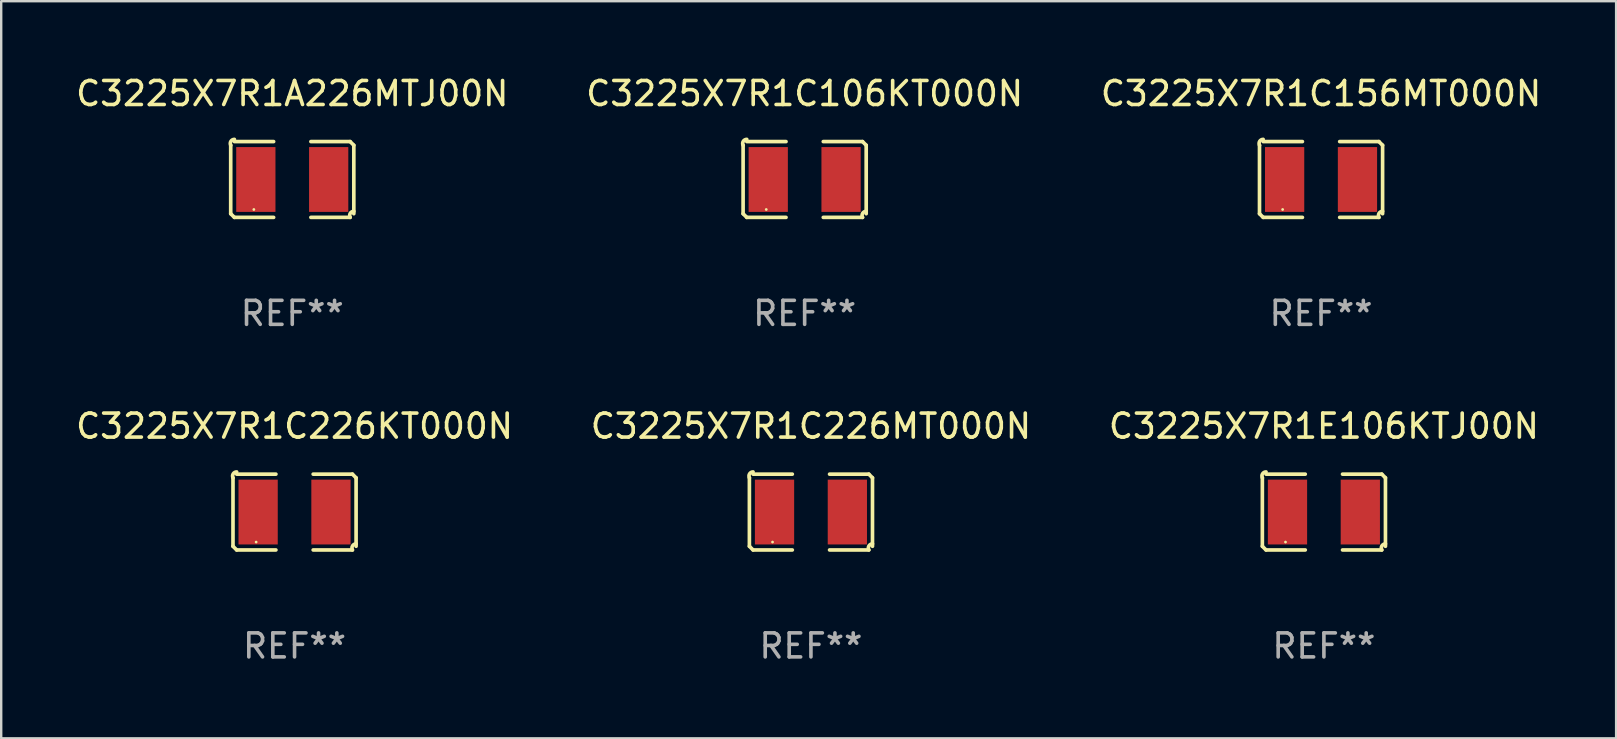
<source format=kicad_pcb>
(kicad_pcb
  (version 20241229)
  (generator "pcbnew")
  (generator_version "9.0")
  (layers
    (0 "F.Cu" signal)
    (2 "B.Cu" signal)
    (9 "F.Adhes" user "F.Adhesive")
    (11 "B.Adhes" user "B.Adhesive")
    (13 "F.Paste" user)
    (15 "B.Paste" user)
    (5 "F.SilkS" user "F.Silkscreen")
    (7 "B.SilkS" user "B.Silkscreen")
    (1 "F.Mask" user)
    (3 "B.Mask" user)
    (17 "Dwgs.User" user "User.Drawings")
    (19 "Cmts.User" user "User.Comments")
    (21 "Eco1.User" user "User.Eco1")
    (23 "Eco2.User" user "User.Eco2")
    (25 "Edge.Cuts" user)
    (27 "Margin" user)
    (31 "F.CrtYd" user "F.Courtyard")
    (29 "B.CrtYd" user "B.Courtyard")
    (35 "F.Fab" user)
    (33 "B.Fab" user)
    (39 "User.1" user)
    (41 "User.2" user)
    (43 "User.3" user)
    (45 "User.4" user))
  (footprint "C3225X7R1A226MTJ00N"
    (layer "F.Cu")
    (at 9.125 4.427)
    (property "Reference" "C3225X7R1A226MTJ00N" (at 0 -3.579 0) (layer "F.SilkS") (effects (font (size 1 1) (thickness 0.15))))
    (attr through_hole)
    (fp_line (start -2.564 1.426) (end -2.564 -1.426) (stroke (width 0.152) (type solid)) (layer "F.SilkS"))
    (fp_line (start -2.411 -1.579) (end -0.776 -1.579) (stroke (width 0.152) (type solid)) (layer "F.SilkS"))
    (fp_line (start -0.776 1.579) (end -2.411 1.579) (stroke (width 0.152) (type solid)) (layer "F.SilkS"))
    (fp_line (start 0.776 1.579) (end 2.411 1.579) (stroke (width 0.152) (type solid)) (layer "F.SilkS"))
    (fp_line (start 2.411 -1.579) (end 0.776 -1.579) (stroke (width 0.152) (type solid)) (layer "F.SilkS"))
    (fp_line (start 2.564 1.426) (end 2.564 -1.426) (stroke (width 0.152) (type solid)) (layer "F.SilkS"))
    (fp_arc (start -2.563602 -1.426213) (mid -2.555597 -1.591233) (end -2.411201 -1.671518) (stroke (width 0.1524) (type solid)) (layer "F.SilkS"))
    (fp_arc (start -2.5636 1.426214) (mid -2.487389 1.502402) (end -2.411201 1.578613) (stroke (width 0.1524) (type solid)) (layer "F.SilkS"))
    (fp_arc (start 2.411197 -1.578618) (mid 2.487403 -1.502419) (end 2.563602 -1.426213) (stroke (width 0.1524) (type solid)) (layer "F.SilkS"))
    (fp_arc (start 2.411201 1.578613) (mid 2.416214 1.409455) (end 2.563602 1.32629) (stroke (width 0.1524) (type solid)) (layer "F.SilkS"))
    (fp_circle (center -1.6 1.25) (end -1.57 1.25) (stroke (width 0.06) (type solid)) (fill no) (layer "F.SilkS"))
    (fp_text user "REF**" (at 0 5.579 0) (layer "F.Fab") (effects (font (size 1 1) (thickness 0.15))))
    (pad "1" smd rect (at -1.517 0) (size 1.635 2.7) (layers "F.Cu" "F.Mask" "F.Paste"))
    (pad "2" smd rect (at 1.517 0) (size 1.635 2.7) (layers "F.Cu" "F.Mask" "F.Paste")))
  (footprint "C3225X7R1E106KTJ00N"
    (layer "F.Cu")
    (at 52.101 18.281)
    (property "Reference" "C3225X7R1E106KTJ00N" (at 0 -3.579 0) (layer "F.SilkS") (effects (font (size 1 1) (thickness 0.15))))
    (attr through_hole)
    (fp_line (start -2.564 1.426) (end -2.564 -1.426) (stroke (width 0.152) (type solid)) (layer "F.SilkS"))
    (fp_line (start -2.411 -1.579) (end -0.776 -1.579) (stroke (width 0.152) (type solid)) (layer "F.SilkS"))
    (fp_line (start -0.776 1.579) (end -2.411 1.579) (stroke (width 0.152) (type solid)) (layer "F.SilkS"))
    (fp_line (start 0.776 1.579) (end 2.411 1.579) (stroke (width 0.152) (type solid)) (layer "F.SilkS"))
    (fp_line (start 2.411 -1.579) (end 0.776 -1.579) (stroke (width 0.152) (type solid)) (layer "F.SilkS"))
    (fp_line (start 2.564 1.426) (end 2.564 -1.426) (stroke (width 0.152) (type solid)) (layer "F.SilkS"))
    (fp_arc (start -2.563602 -1.426213) (mid -2.555597 -1.591233) (end -2.411201 -1.671518) (stroke (width 0.1524) (type solid)) (layer "F.SilkS"))
    (fp_arc (start -2.5636 1.426214) (mid -2.487389 1.502402) (end -2.411201 1.578613) (stroke (width 0.1524) (type solid)) (layer "F.SilkS"))
    (fp_arc (start 2.411197 -1.578618) (mid 2.487403 -1.502419) (end 2.563602 -1.426213) (stroke (width 0.1524) (type solid)) (layer "F.SilkS"))
    (fp_arc (start 2.411201 1.578613) (mid 2.416214 1.409455) (end 2.563602 1.32629) (stroke (width 0.1524) (type solid)) (layer "F.SilkS"))
    (fp_circle (center -1.6 1.25) (end -1.57 1.25) (stroke (width 0.06) (type solid)) (fill no) (layer "F.SilkS"))
    (fp_text user "REF**" (at 0 5.579 0) (layer "F.Fab") (effects (font (size 1 1) (thickness 0.15))))
    (pad "1" smd rect (at -1.517 0) (size 1.635 2.7) (layers "F.Cu" "F.Mask" "F.Paste"))
    (pad "2" smd rect (at 1.517 0) (size 1.635 2.7) (layers "F.Cu" "F.Mask" "F.Paste")))
  (footprint "C3225X7R1C106KT000N"
    (layer "F.Cu")
    (at 30.47 4.427)
    (property "Reference" "C3225X7R1C106KT000N" (at 0 -3.579 0) (layer "F.SilkS") (effects (font (size 1 1) (thickness 0.15))))
    (attr through_hole)
    (fp_line (start -2.564 1.426) (end -2.564 -1.426) (stroke (width 0.152) (type solid)) (layer "F.SilkS"))
    (fp_line (start -2.411 -1.579) (end -0.776 -1.579) (stroke (width 0.152) (type solid)) (layer "F.SilkS"))
    (fp_line (start -0.776 1.579) (end -2.411 1.579) (stroke (width 0.152) (type solid)) (layer "F.SilkS"))
    (fp_line (start 0.776 1.579) (end 2.411 1.579) (stroke (width 0.152) (type solid)) (layer "F.SilkS"))
    (fp_line (start 2.411 -1.579) (end 0.776 -1.579) (stroke (width 0.152) (type solid)) (layer "F.SilkS"))
    (fp_line (start 2.564 1.426) (end 2.564 -1.426) (stroke (width 0.152) (type solid)) (layer "F.SilkS"))
    (fp_arc (start -2.563602 -1.426213) (mid -2.555597 -1.591233) (end -2.411201 -1.671518) (stroke (width 0.1524) (type solid)) (layer "F.SilkS"))
    (fp_arc (start -2.5636 1.426214) (mid -2.487389 1.502402) (end -2.411201 1.578613) (stroke (width 0.1524) (type solid)) (layer "F.SilkS"))
    (fp_arc (start 2.411197 -1.578618) (mid 2.487403 -1.502419) (end 2.563602 -1.426213) (stroke (width 0.1524) (type solid)) (layer "F.SilkS"))
    (fp_arc (start 2.411201 1.578613) (mid 2.416214 1.409455) (end 2.563602 1.32629) (stroke (width 0.1524) (type solid)) (layer "F.SilkS"))
    (fp_circle (center -1.6 1.25) (end -1.57 1.25) (stroke (width 0.06) (type solid)) (fill no) (layer "F.SilkS"))
    (fp_text user "REF**" (at 0 5.579 0) (layer "F.Fab") (effects (font (size 1 1) (thickness 0.15))))
    (pad "1" smd rect (at -1.517 0) (size 1.635 2.7) (layers "F.Cu" "F.Mask" "F.Paste"))
    (pad "2" smd rect (at 1.517 0) (size 1.635 2.7) (layers "F.Cu" "F.Mask" "F.Paste")))
  (footprint "C3225X7R1C226KT000N"
    (layer "F.Cu")
    (at 9.22 18.281)
    (property "Reference" "C3225X7R1C226KT000N" (at 0 -3.579 0) (layer "F.SilkS") (effects (font (size 1 1) (thickness 0.15))))
    (attr through_hole)
    (fp_line (start -2.564 1.426) (end -2.564 -1.426) (stroke (width 0.152) (type solid)) (layer "F.SilkS"))
    (fp_line (start -2.411 -1.579) (end -0.776 -1.579) (stroke (width 0.152) (type solid)) (layer "F.SilkS"))
    (fp_line (start -0.776 1.579) (end -2.411 1.579) (stroke (width 0.152) (type solid)) (layer "F.SilkS"))
    (fp_line (start 0.776 1.579) (end 2.411 1.579) (stroke (width 0.152) (type solid)) (layer "F.SilkS"))
    (fp_line (start 2.411 -1.579) (end 0.776 -1.579) (stroke (width 0.152) (type solid)) (layer "F.SilkS"))
    (fp_line (start 2.564 1.426) (end 2.564 -1.426) (stroke (width 0.152) (type solid)) (layer "F.SilkS"))
    (fp_arc (start -2.563602 -1.426213) (mid -2.555597 -1.591233) (end -2.411201 -1.671518) (stroke (width 0.1524) (type solid)) (layer "F.SilkS"))
    (fp_arc (start -2.5636 1.426214) (mid -2.487389 1.502402) (end -2.411201 1.578613) (stroke (width 0.1524) (type solid)) (layer "F.SilkS"))
    (fp_arc (start 2.411197 -1.578618) (mid 2.487403 -1.502419) (end 2.563602 -1.426213) (stroke (width 0.1524) (type solid)) (layer "F.SilkS"))
    (fp_arc (start 2.411201 1.578613) (mid 2.416214 1.409455) (end 2.563602 1.32629) (stroke (width 0.1524) (type solid)) (layer "F.SilkS"))
    (fp_circle (center -1.6 1.25) (end -1.57 1.25) (stroke (width 0.06) (type solid)) (fill no) (layer "F.SilkS"))
    (fp_text user "REF**" (at 0 5.579 0) (layer "F.Fab") (effects (font (size 1 1) (thickness 0.15))))
    (pad "1" smd rect (at -1.517 0) (size 1.635 2.7) (layers "F.Cu" "F.Mask" "F.Paste"))
    (pad "2" smd rect (at 1.517 0) (size 1.635 2.7) (layers "F.Cu" "F.Mask" "F.Paste")))
  (footprint "C3225X7R1C226MT000N"
    (layer "F.Cu")
    (at 30.732 18.281)
    (property "Reference" "C3225X7R1C226MT000N" (at 0 -3.579 0) (layer "F.SilkS") (effects (font (size 1 1) (thickness 0.15))))
    (attr through_hole)
    (fp_line (start -2.564 1.426) (end -2.564 -1.426) (stroke (width 0.152) (type solid)) (layer "F.SilkS"))
    (fp_line (start -2.411 -1.579) (end -0.776 -1.579) (stroke (width 0.152) (type solid)) (layer "F.SilkS"))
    (fp_line (start -0.776 1.579) (end -2.411 1.579) (stroke (width 0.152) (type solid)) (layer "F.SilkS"))
    (fp_line (start 0.776 1.579) (end 2.411 1.579) (stroke (width 0.152) (type solid)) (layer "F.SilkS"))
    (fp_line (start 2.411 -1.579) (end 0.776 -1.579) (stroke (width 0.152) (type solid)) (layer "F.SilkS"))
    (fp_line (start 2.564 1.426) (end 2.564 -1.426) (stroke (width 0.152) (type solid)) (layer "F.SilkS"))
    (fp_arc (start -2.563602 -1.426213) (mid -2.555597 -1.591233) (end -2.411201 -1.671518) (stroke (width 0.1524) (type solid)) (layer "F.SilkS"))
    (fp_arc (start -2.5636 1.426214) (mid -2.487389 1.502402) (end -2.411201 1.578613) (stroke (width 0.1524) (type solid)) (layer "F.SilkS"))
    (fp_arc (start 2.411197 -1.578618) (mid 2.487403 -1.502419) (end 2.563602 -1.426213) (stroke (width 0.1524) (type solid)) (layer "F.SilkS"))
    (fp_arc (start 2.411201 1.578613) (mid 2.416214 1.409455) (end 2.563602 1.32629) (stroke (width 0.1524) (type solid)) (layer "F.SilkS"))
    (fp_circle (center -1.6 1.25) (end -1.57 1.25) (stroke (width 0.06) (type solid)) (fill no) (layer "F.SilkS"))
    (fp_text user "REF**" (at 0 5.579 0) (layer "F.Fab") (effects (font (size 1 1) (thickness 0.15))))
    (pad "1" smd rect (at -1.517 0) (size 1.635 2.7) (layers "F.Cu" "F.Mask" "F.Paste"))
    (pad "2" smd rect (at 1.517 0) (size 1.635 2.7) (layers "F.Cu" "F.Mask" "F.Paste")))
  (footprint "C3225X7R1C156MT000N"
    (layer "F.Cu")
    (at 51.982 4.427)
    (property "Reference" "C3225X7R1C156MT000N" (at 0 -3.579 0) (layer "F.SilkS") (effects (font (size 1 1) (thickness 0.15))))
    (attr through_hole)
    (fp_line (start -2.564 1.426) (end -2.564 -1.426) (stroke (width 0.152) (type solid)) (layer "F.SilkS"))
    (fp_line (start -2.411 -1.579) (end -0.776 -1.579) (stroke (width 0.152) (type solid)) (layer "F.SilkS"))
    (fp_line (start -0.776 1.579) (end -2.411 1.579) (stroke (width 0.152) (type solid)) (layer "F.SilkS"))
    (fp_line (start 0.776 1.579) (end 2.411 1.579) (stroke (width 0.152) (type solid)) (layer "F.SilkS"))
    (fp_line (start 2.411 -1.579) (end 0.776 -1.579) (stroke (width 0.152) (type solid)) (layer "F.SilkS"))
    (fp_line (start 2.564 1.426) (end 2.564 -1.426) (stroke (width 0.152) (type solid)) (layer "F.SilkS"))
    (fp_arc (start -2.563602 -1.426213) (mid -2.555597 -1.591233) (end -2.411201 -1.671518) (stroke (width 0.1524) (type solid)) (layer "F.SilkS"))
    (fp_arc (start -2.5636 1.426214) (mid -2.487389 1.502402) (end -2.411201 1.578613) (stroke (width 0.1524) (type solid)) (layer "F.SilkS"))
    (fp_arc (start 2.411197 -1.578618) (mid 2.487403 -1.502419) (end 2.563602 -1.426213) (stroke (width 0.1524) (type solid)) (layer "F.SilkS"))
    (fp_arc (start 2.411201 1.578613) (mid 2.416214 1.409455) (end 2.563602 1.32629) (stroke (width 0.1524) (type solid)) (layer "F.SilkS"))
    (fp_circle (center -1.6 1.25) (end -1.57 1.25) (stroke (width 0.06) (type solid)) (fill no) (layer "F.SilkS"))
    (fp_text user "REF**" (at 0 5.579 0) (layer "F.Fab") (effects (font (size 1 1) (thickness 0.15))))
    (pad "1" smd rect (at -1.517 0) (size 1.635 2.7) (layers "F.Cu" "F.Mask" "F.Paste"))
    (pad "2" smd rect (at 1.517 0) (size 1.635 2.7) (layers "F.Cu" "F.Mask" "F.Paste")))
  (gr_rect
    (start -3 -3)
    (end 64.274 27.707)
    (stroke (width 0.1) (type default))
    (fill no)
    (layer "Edge.Cuts")))
</source>
